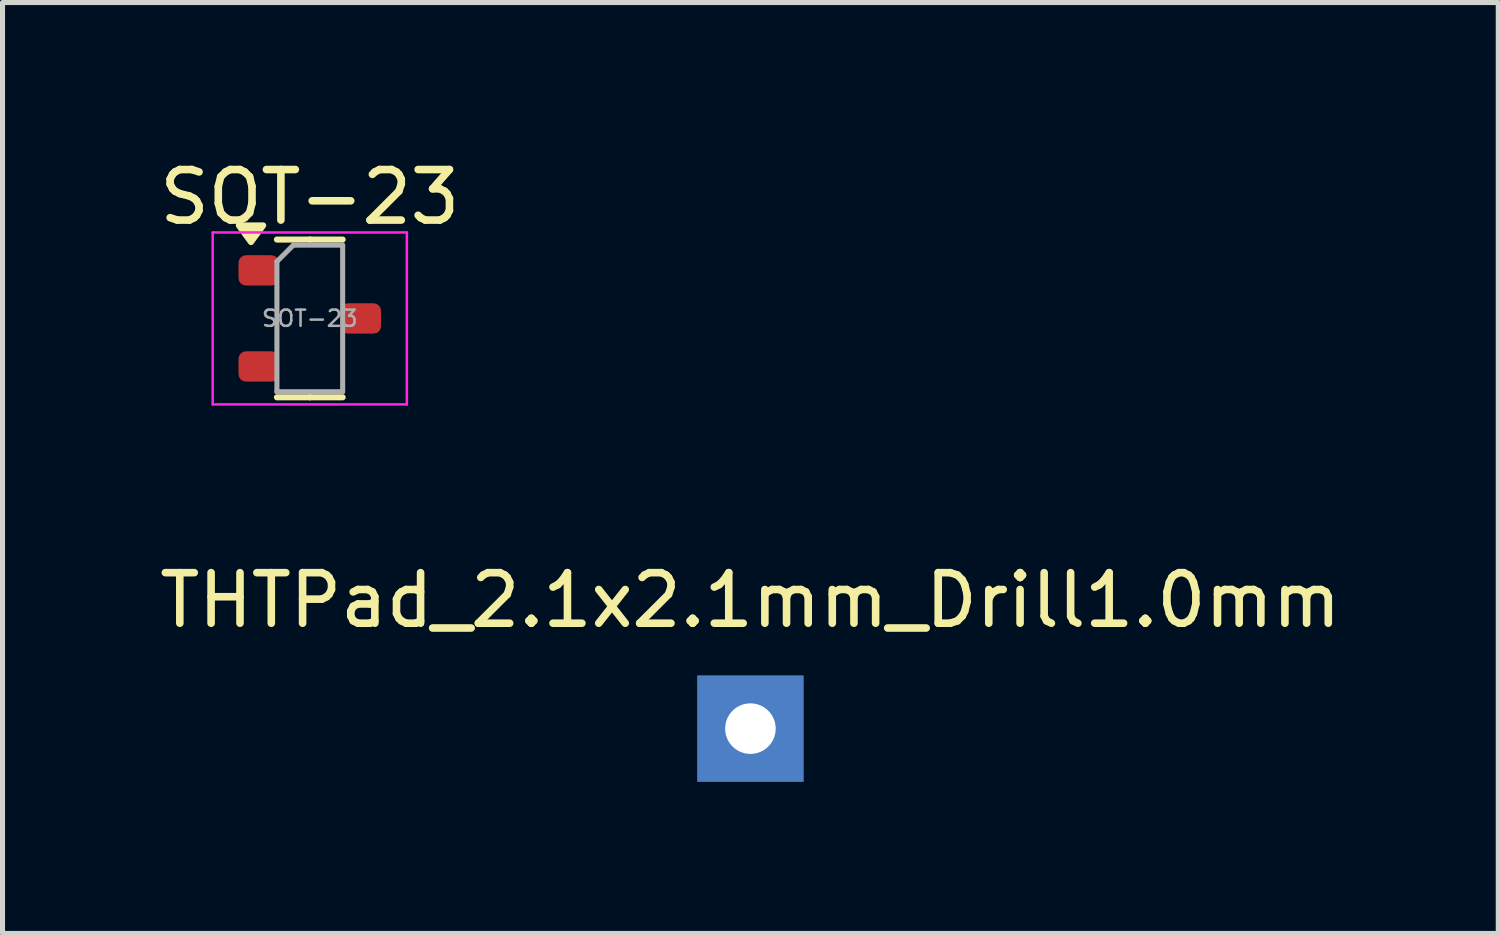
<source format=kicad_pcb>
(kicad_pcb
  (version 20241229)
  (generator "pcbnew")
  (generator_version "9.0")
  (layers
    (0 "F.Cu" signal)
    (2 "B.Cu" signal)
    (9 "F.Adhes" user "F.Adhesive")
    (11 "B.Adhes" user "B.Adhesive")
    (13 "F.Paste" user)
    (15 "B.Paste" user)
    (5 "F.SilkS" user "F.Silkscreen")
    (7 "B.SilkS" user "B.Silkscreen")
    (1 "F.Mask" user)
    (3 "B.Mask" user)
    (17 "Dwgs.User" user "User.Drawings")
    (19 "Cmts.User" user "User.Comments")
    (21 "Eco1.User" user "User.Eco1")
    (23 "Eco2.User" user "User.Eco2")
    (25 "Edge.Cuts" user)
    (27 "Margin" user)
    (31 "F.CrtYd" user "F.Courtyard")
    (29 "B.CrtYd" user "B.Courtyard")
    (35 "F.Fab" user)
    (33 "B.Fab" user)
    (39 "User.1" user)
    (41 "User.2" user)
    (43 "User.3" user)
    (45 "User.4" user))
  (footprint "SOT-23"
    (layer "F.Cu")
    (at 3.077 3.248)
    (property "Reference" "SOT-23" (at 0 -2.4 0) (layer "F.SilkS") (effects (font (size 1 1) (thickness 0.15))))
    (attr smd)
    (fp_line (start 0 -1.56) (end -0.65 -1.56) (stroke (width 0.12) (type solid)) (layer "F.SilkS"))
    (fp_line (start 0 -1.56) (end 0.65 -1.56) (stroke (width 0.12) (type solid)) (layer "F.SilkS"))
    (fp_line (start 0 1.56) (end -0.65 1.56) (stroke (width 0.12) (type solid)) (layer "F.SilkS"))
    (fp_line (start 0 1.56) (end 0.65 1.56) (stroke (width 0.12) (type solid)) (layer "F.SilkS"))
    (fp_poly (pts (xy -1.163 -1.51) (xy -1.403 -1.84) (xy -0.922 -1.84) (xy -1.163 -1.51)) (stroke (width 0.12) (type solid)) (fill yes) (layer "F.SilkS"))
    (fp_line (start -1.92 -1.7) (end -1.92 1.7) (stroke (width 0.05) (type solid)) (layer "F.CrtYd"))
    (fp_line (start -1.92 1.7) (end 1.92 1.7) (stroke (width 0.05) (type solid)) (layer "F.CrtYd"))
    (fp_line (start 1.92 -1.7) (end -1.92 -1.7) (stroke (width 0.05) (type solid)) (layer "F.CrtYd"))
    (fp_line (start 1.92 1.7) (end 1.92 -1.7) (stroke (width 0.05) (type solid)) (layer "F.CrtYd"))
    (fp_line (start -0.65 -1.125) (end -0.325 -1.45) (stroke (width 0.1) (type solid)) (layer "F.Fab"))
    (fp_line (start -0.65 1.45) (end -0.65 -1.125) (stroke (width 0.1) (type solid)) (layer "F.Fab"))
    (fp_line (start -0.325 -1.45) (end 0.65 -1.45) (stroke (width 0.1) (type solid)) (layer "F.Fab"))
    (fp_line (start 0.65 -1.45) (end 0.65 1.45) (stroke (width 0.1) (type solid)) (layer "F.Fab"))
    (fp_line (start 0.65 1.45) (end -0.65 1.45) (stroke (width 0.1) (type solid)) (layer "F.Fab"))
    (fp_text user "${REFERENCE}" (at 0 0 0) (layer "F.Fab") (effects (font (size 0.32 0.32) (thickness 0.05))))
    (pad "1" smd roundrect (at -1.01 -0.95) (size 0.8 0.6) (layers "F.Cu" "F.Mask" "F.Paste") (roundrect_rratio 0.25))
    (pad "2" smd roundrect (at -1.01 0.95) (size 0.8 0.6) (layers "F.Cu" "F.Mask" "F.Paste") (roundrect_rratio 0.25))
    (pad "3" smd roundrect (at 1.01 0) (size 0.8 0.6) (layers "F.Cu" "F.Mask" "F.Paste") (roundrect_rratio 0.25)))
  (footprint "THTPad_2.1x2.1mm_Drill1.0mm"
    (layer "F.Cu")
    (at 11.792 11.361)
    (property "Reference" "THTPad_2.1x2.1mm_Drill1.0mm" (at 0 -2.54 0) (layer "F.SilkS") (effects (font (size 1 1) (thickness 0.15))))
    (attr through_hole)
    (pad "1" thru_hole circle (at 0 0) (size 1.4 1.4) (drill 1) (layers "*.Cu" "*.Mask"))
    (pad "1" smd rect (at 0 0) (size 2.1 2.1) (layers "F.Cu" "F.Mask"))
    (pad "1" smd rect (at 0 0) (size 2.1 2.1) (layers "B.Cu" "B.Mask")))
  (gr_rect
    (start -3 -3)
    (end 26.583 15.412)
    (stroke (width 0.1) (type default))
    (fill no)
    (layer "Edge.Cuts")))
</source>
